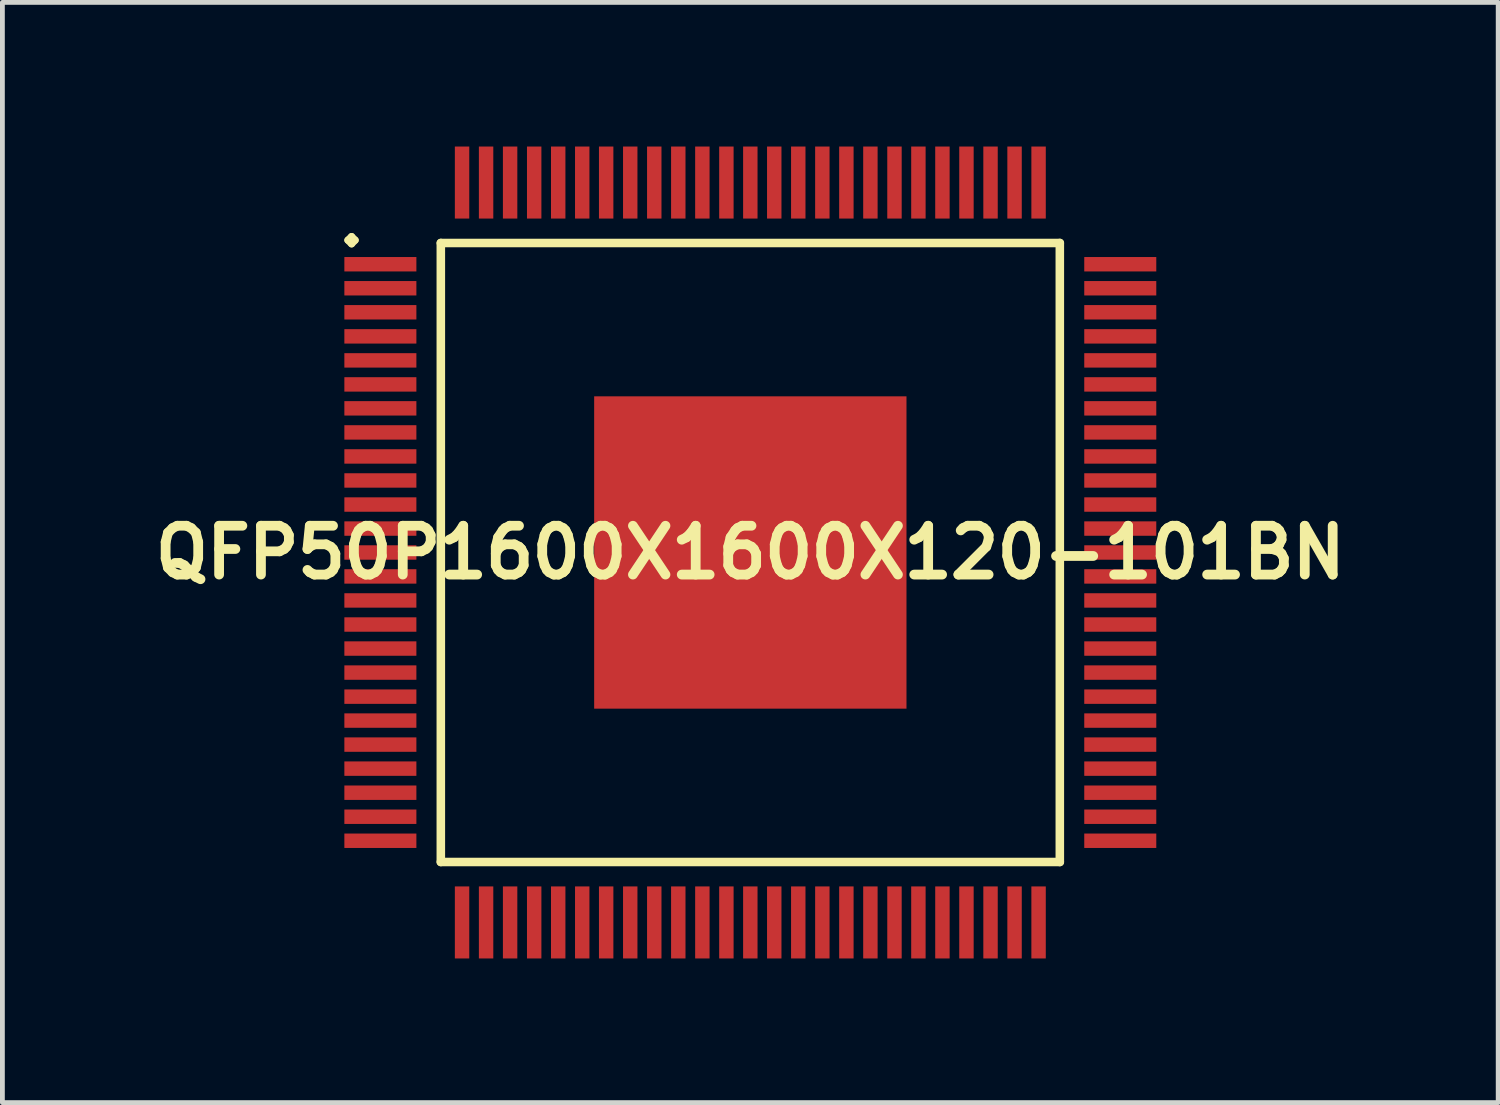
<source format=kicad_pcb>
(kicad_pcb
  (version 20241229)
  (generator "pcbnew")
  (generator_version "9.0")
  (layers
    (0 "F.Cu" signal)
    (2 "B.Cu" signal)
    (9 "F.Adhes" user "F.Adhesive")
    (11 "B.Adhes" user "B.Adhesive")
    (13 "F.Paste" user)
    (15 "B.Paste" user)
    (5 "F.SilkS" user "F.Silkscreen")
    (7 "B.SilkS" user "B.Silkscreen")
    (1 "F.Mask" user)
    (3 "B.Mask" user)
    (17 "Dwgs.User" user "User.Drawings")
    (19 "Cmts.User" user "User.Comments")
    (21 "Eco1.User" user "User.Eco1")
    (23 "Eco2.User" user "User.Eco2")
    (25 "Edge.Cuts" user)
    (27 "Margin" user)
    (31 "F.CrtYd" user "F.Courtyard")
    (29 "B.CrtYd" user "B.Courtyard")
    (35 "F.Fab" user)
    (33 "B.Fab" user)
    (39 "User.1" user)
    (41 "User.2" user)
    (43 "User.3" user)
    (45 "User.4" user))
  (footprint "QFP50P1600X1600X120-101BN"
    (layer "F.Cu")
    (at 12.565 8.448)
    (property "Reference" "QFP50P1600X1600X120-101BN" (at 0 0 0) (layer "F.SilkS") (effects (font (size 1.016 1.016) (thickness 0.203))))
    (attr smd)
    (fp_line (start -8.374 -6.5) (end -8.298 -6.574) (stroke (width 0.15) (type solid)) (layer "F.SilkS"))
    (fp_line (start -8.298 -6.574) (end -8.225 -6.5) (stroke (width 0.15) (type solid)) (layer "F.SilkS"))
    (fp_line (start -8.298 -6.424) (end -8.374 -6.5) (stroke (width 0.15) (type solid)) (layer "F.SilkS"))
    (fp_line (start -8.225 -6.5) (end -8.298 -6.424) (stroke (width 0.15) (type solid)) (layer "F.SilkS"))
    (fp_line (start -6.441 -6.441) (end -6.441 6.441) (stroke (width 0.178) (type solid)) (layer "F.SilkS"))
    (fp_line (start -6.441 6.441) (end 6.441 6.441) (stroke (width 0.178) (type solid)) (layer "F.SilkS"))
    (fp_line (start 6.441 -6.441) (end -6.441 -6.441) (stroke (width 0.178) (type solid)) (layer "F.SilkS"))
    (fp_line (start 6.441 6.441) (end 6.441 -6.441) (stroke (width 0.178) (type solid)) (layer "F.SilkS"))
    (pad "1" smd rect (at -7.699 -5.999) (size 1.499 0.3) (layers "F.Cu" "F.Mask" "F.Paste"))
    (pad "2" smd rect (at -7.699 -5.499) (size 1.499 0.3) (layers "F.Cu" "F.Mask" "F.Paste"))
    (pad "3" smd rect (at -7.699 -4.999) (size 1.499 0.3) (layers "F.Cu" "F.Mask" "F.Paste"))
    (pad "4" smd rect (at -7.699 -4.498) (size 1.499 0.3) (layers "F.Cu" "F.Mask" "F.Paste"))
    (pad "5" smd rect (at -7.699 -3.998) (size 1.499 0.3) (layers "F.Cu" "F.Mask" "F.Paste"))
    (pad "6" smd rect (at -7.699 -3.498) (size 1.499 0.3) (layers "F.Cu" "F.Mask" "F.Paste"))
    (pad "7" smd rect (at -7.699 -3) (size 1.499 0.3) (layers "F.Cu" "F.Mask" "F.Paste"))
    (pad "8" smd rect (at -7.699 -2.499) (size 1.499 0.3) (layers "F.Cu" "F.Mask" "F.Paste"))
    (pad "9" smd rect (at -7.699 -1.999) (size 1.499 0.3) (layers "F.Cu" "F.Mask" "F.Paste"))
    (pad "10" smd rect (at -7.699 -1.499) (size 1.499 0.3) (layers "F.Cu" "F.Mask" "F.Paste"))
    (pad "11" smd rect (at -7.699 -0.998) (size 1.499 0.3) (layers "F.Cu" "F.Mask" "F.Paste"))
    (pad "12" smd rect (at -7.699 -0.498) (size 1.499 0.3) (layers "F.Cu" "F.Mask" "F.Paste"))
    (pad "13" smd rect (at -7.699 0) (size 1.499 0.3) (layers "F.Cu" "F.Mask" "F.Paste"))
    (pad "14" smd rect (at -7.699 0.498) (size 1.499 0.3) (layers "F.Cu" "F.Mask" "F.Paste"))
    (pad "15" smd rect (at -7.699 0.998) (size 1.499 0.3) (layers "F.Cu" "F.Mask" "F.Paste"))
    (pad "16" smd rect (at -7.699 1.499) (size 1.499 0.3) (layers "F.Cu" "F.Mask" "F.Paste"))
    (pad "17" smd rect (at -7.699 1.999) (size 1.499 0.3) (layers "F.Cu" "F.Mask" "F.Paste"))
    (pad "18" smd rect (at -7.699 2.499) (size 1.499 0.3) (layers "F.Cu" "F.Mask" "F.Paste"))
    (pad "19" smd rect (at -7.699 3) (size 1.499 0.3) (layers "F.Cu" "F.Mask" "F.Paste"))
    (pad "20" smd rect (at -7.699 3.498) (size 1.499 0.3) (layers "F.Cu" "F.Mask" "F.Paste"))
    (pad "21" smd rect (at -7.699 3.998) (size 1.499 0.3) (layers "F.Cu" "F.Mask" "F.Paste"))
    (pad "22" smd rect (at -7.699 4.498) (size 1.499 0.3) (layers "F.Cu" "F.Mask" "F.Paste"))
    (pad "23" smd rect (at -7.699 4.999) (size 1.499 0.3) (layers "F.Cu" "F.Mask" "F.Paste"))
    (pad "24" smd rect (at -7.699 5.499) (size 1.499 0.3) (layers "F.Cu" "F.Mask" "F.Paste"))
    (pad "25" smd rect (at -7.699 5.999) (size 1.499 0.3) (layers "F.Cu" "F.Mask" "F.Paste"))
    (pad "26" smd rect (at -5.999 7.699) (size 0.3 1.499) (layers "F.Cu" "F.Mask" "F.Paste"))
    (pad "27" smd rect (at -5.499 7.699) (size 0.3 1.499) (layers "F.Cu" "F.Mask" "F.Paste"))
    (pad "28" smd rect (at -4.999 7.699) (size 0.3 1.499) (layers "F.Cu" "F.Mask" "F.Paste"))
    (pad "29" smd rect (at -4.498 7.699) (size 0.3 1.499) (layers "F.Cu" "F.Mask" "F.Paste"))
    (pad "30" smd rect (at -3.998 7.699) (size 0.3 1.499) (layers "F.Cu" "F.Mask" "F.Paste"))
    (pad "31" smd rect (at -3.498 7.699) (size 0.3 1.499) (layers "F.Cu" "F.Mask" "F.Paste"))
    (pad "32" smd rect (at -3 7.699) (size 0.3 1.499) (layers "F.Cu" "F.Mask" "F.Paste"))
    (pad "33" smd rect (at -2.499 7.699) (size 0.3 1.499) (layers "F.Cu" "F.Mask" "F.Paste"))
    (pad "34" smd rect (at -1.999 7.699) (size 0.3 1.499) (layers "F.Cu" "F.Mask" "F.Paste"))
    (pad "35" smd rect (at -1.499 7.699) (size 0.3 1.499) (layers "F.Cu" "F.Mask" "F.Paste"))
    (pad "36" smd rect (at -0.998 7.699) (size 0.3 1.499) (layers "F.Cu" "F.Mask" "F.Paste"))
    (pad "37" smd rect (at -0.498 7.699) (size 0.3 1.499) (layers "F.Cu" "F.Mask" "F.Paste"))
    (pad "38" smd rect (at 0 7.699) (size 0.3 1.499) (layers "F.Cu" "F.Mask" "F.Paste"))
    (pad "39" smd rect (at 0.498 7.699) (size 0.3 1.499) (layers "F.Cu" "F.Mask" "F.Paste"))
    (pad "40" smd rect (at 0.998 7.699) (size 0.3 1.499) (layers "F.Cu" "F.Mask" "F.Paste"))
    (pad "41" smd rect (at 1.499 7.699) (size 0.3 1.499) (layers "F.Cu" "F.Mask" "F.Paste"))
    (pad "42" smd rect (at 1.999 7.699) (size 0.3 1.499) (layers "F.Cu" "F.Mask" "F.Paste"))
    (pad "43" smd rect (at 2.499 7.699) (size 0.3 1.499) (layers "F.Cu" "F.Mask" "F.Paste"))
    (pad "44" smd rect (at 3 7.699) (size 0.3 1.499) (layers "F.Cu" "F.Mask" "F.Paste"))
    (pad "45" smd rect (at 3.498 7.699) (size 0.3 1.499) (layers "F.Cu" "F.Mask" "F.Paste"))
    (pad "46" smd rect (at 3.998 7.699) (size 0.3 1.499) (layers "F.Cu" "F.Mask" "F.Paste"))
    (pad "47" smd rect (at 4.498 7.699) (size 0.3 1.499) (layers "F.Cu" "F.Mask" "F.Paste"))
    (pad "48" smd rect (at 4.999 7.699) (size 0.3 1.499) (layers "F.Cu" "F.Mask" "F.Paste"))
    (pad "49" smd rect (at 5.499 7.699) (size 0.3 1.499) (layers "F.Cu" "F.Mask" "F.Paste"))
    (pad "50" smd rect (at 5.999 7.699) (size 0.3 1.499) (layers "F.Cu" "F.Mask" "F.Paste"))
    (pad "51" smd rect (at 7.699 5.999) (size 1.499 0.3) (layers "F.Cu" "F.Mask" "F.Paste"))
    (pad "52" smd rect (at 7.699 5.499) (size 1.499 0.3) (layers "F.Cu" "F.Mask" "F.Paste"))
    (pad "53" smd rect (at 7.699 4.999) (size 1.499 0.3) (layers "F.Cu" "F.Mask" "F.Paste"))
    (pad "54" smd rect (at 7.699 4.498) (size 1.499 0.3) (layers "F.Cu" "F.Mask" "F.Paste"))
    (pad "55" smd rect (at 7.699 3.998) (size 1.499 0.3) (layers "F.Cu" "F.Mask" "F.Paste"))
    (pad "56" smd rect (at 7.699 3.498) (size 1.499 0.3) (layers "F.Cu" "F.Mask" "F.Paste"))
    (pad "57" smd rect (at 7.699 3) (size 1.499 0.3) (layers "F.Cu" "F.Mask" "F.Paste"))
    (pad "58" smd rect (at 7.699 2.499) (size 1.499 0.3) (layers "F.Cu" "F.Mask" "F.Paste"))
    (pad "59" smd rect (at 7.699 1.999) (size 1.499 0.3) (layers "F.Cu" "F.Mask" "F.Paste"))
    (pad "60" smd rect (at 7.699 1.499) (size 1.499 0.3) (layers "F.Cu" "F.Mask" "F.Paste"))
    (pad "61" smd rect (at 7.699 0.998) (size 1.499 0.3) (layers "F.Cu" "F.Mask" "F.Paste"))
    (pad "62" smd rect (at 7.699 0.498) (size 1.499 0.3) (layers "F.Cu" "F.Mask" "F.Paste"))
    (pad "63" smd rect (at 7.699 0) (size 1.499 0.3) (layers "F.Cu" "F.Mask" "F.Paste"))
    (pad "64" smd rect (at 7.699 -0.498) (size 1.499 0.3) (layers "F.Cu" "F.Mask" "F.Paste"))
    (pad "65" smd rect (at 7.699 -0.998) (size 1.499 0.3) (layers "F.Cu" "F.Mask" "F.Paste"))
    (pad "66" smd rect (at 7.699 -1.499) (size 1.499 0.3) (layers "F.Cu" "F.Mask" "F.Paste"))
    (pad "67" smd rect (at 7.699 -1.999) (size 1.499 0.3) (layers "F.Cu" "F.Mask" "F.Paste"))
    (pad "68" smd rect (at 7.699 -2.499) (size 1.499 0.3) (layers "F.Cu" "F.Mask" "F.Paste"))
    (pad "69" smd rect (at 7.699 -3) (size 1.499 0.3) (layers "F.Cu" "F.Mask" "F.Paste"))
    (pad "70" smd rect (at 7.699 -3.498) (size 1.499 0.3) (layers "F.Cu" "F.Mask" "F.Paste"))
    (pad "71" smd rect (at 7.699 -3.998) (size 1.499 0.3) (layers "F.Cu" "F.Mask" "F.Paste"))
    (pad "72" smd rect (at 7.699 -4.498) (size 1.499 0.3) (layers "F.Cu" "F.Mask" "F.Paste"))
    (pad "73" smd rect (at 7.699 -4.999) (size 1.499 0.3) (layers "F.Cu" "F.Mask" "F.Paste"))
    (pad "74" smd rect (at 7.699 -5.499) (size 1.499 0.3) (layers "F.Cu" "F.Mask" "F.Paste"))
    (pad "75" smd rect (at 7.699 -5.999) (size 1.499 0.3) (layers "F.Cu" "F.Mask" "F.Paste"))
    (pad "76" smd rect (at 5.999 -7.699) (size 0.3 1.499) (layers "F.Cu" "F.Mask" "F.Paste"))
    (pad "77" smd rect (at 5.499 -7.699) (size 0.3 1.499) (layers "F.Cu" "F.Mask" "F.Paste"))
    (pad "78" smd rect (at 4.999 -7.699) (size 0.3 1.499) (layers "F.Cu" "F.Mask" "F.Paste"))
    (pad "79" smd rect (at 4.498 -7.699) (size 0.3 1.499) (layers "F.Cu" "F.Mask" "F.Paste"))
    (pad "80" smd rect (at 3.998 -7.699) (size 0.3 1.499) (layers "F.Cu" "F.Mask" "F.Paste"))
    (pad "81" smd rect (at 3.498 -7.699) (size 0.3 1.499) (layers "F.Cu" "F.Mask" "F.Paste"))
    (pad "82" smd rect (at 3 -7.699) (size 0.3 1.499) (layers "F.Cu" "F.Mask" "F.Paste"))
    (pad "83" smd rect (at 2.499 -7.699) (size 0.3 1.499) (layers "F.Cu" "F.Mask" "F.Paste"))
    (pad "84" smd rect (at 1.999 -7.699) (size 0.3 1.499) (layers "F.Cu" "F.Mask" "F.Paste"))
    (pad "85" smd rect (at 1.499 -7.699) (size 0.3 1.499) (layers "F.Cu" "F.Mask" "F.Paste"))
    (pad "86" smd rect (at 0.998 -7.699) (size 0.3 1.499) (layers "F.Cu" "F.Mask" "F.Paste"))
    (pad "87" smd rect (at 0.498 -7.699) (size 0.3 1.499) (layers "F.Cu" "F.Mask" "F.Paste"))
    (pad "88" smd rect (at 0 -7.699) (size 0.3 1.499) (layers "F.Cu" "F.Mask" "F.Paste"))
    (pad "89" smd rect (at -0.498 -7.699) (size 0.3 1.499) (layers "F.Cu" "F.Mask" "F.Paste"))
    (pad "90" smd rect (at -0.998 -7.699) (size 0.3 1.499) (layers "F.Cu" "F.Mask" "F.Paste"))
    (pad "91" smd rect (at -1.499 -7.699) (size 0.3 1.499) (layers "F.Cu" "F.Mask" "F.Paste"))
    (pad "92" smd rect (at -1.999 -7.699) (size 0.3 1.499) (layers "F.Cu" "F.Mask" "F.Paste"))
    (pad "93" smd rect (at -2.499 -7.699) (size 0.3 1.499) (layers "F.Cu" "F.Mask" "F.Paste"))
    (pad "94" smd rect (at -3 -7.699) (size 0.3 1.499) (layers "F.Cu" "F.Mask" "F.Paste"))
    (pad "95" smd rect (at -3.498 -7.699) (size 0.3 1.499) (layers "F.Cu" "F.Mask" "F.Paste"))
    (pad "96" smd rect (at -3.998 -7.699) (size 0.3 1.499) (layers "F.Cu" "F.Mask" "F.Paste"))
    (pad "97" smd rect (at -4.498 -7.699) (size 0.3 1.499) (layers "F.Cu" "F.Mask" "F.Paste"))
    (pad "98" smd rect (at -4.999 -7.699) (size 0.3 1.499) (layers "F.Cu" "F.Mask" "F.Paste"))
    (pad "99" smd rect (at -5.499 -7.699) (size 0.3 1.499) (layers "F.Cu" "F.Mask" "F.Paste"))
    (pad "100" smd rect (at -5.999 -7.699) (size 0.3 1.499) (layers "F.Cu" "F.Mask" "F.Paste"))
    (pad "101" smd rect (at 0 0) (size 6.5 6.5) (layers "F.Cu" "F.Mask" "F.Paste")))
  (gr_rect
    (start -3 -3)
    (end 28.129 19.896)
    (stroke (width 0.1) (type default))
    (fill no)
    (layer "Edge.Cuts")))
</source>
